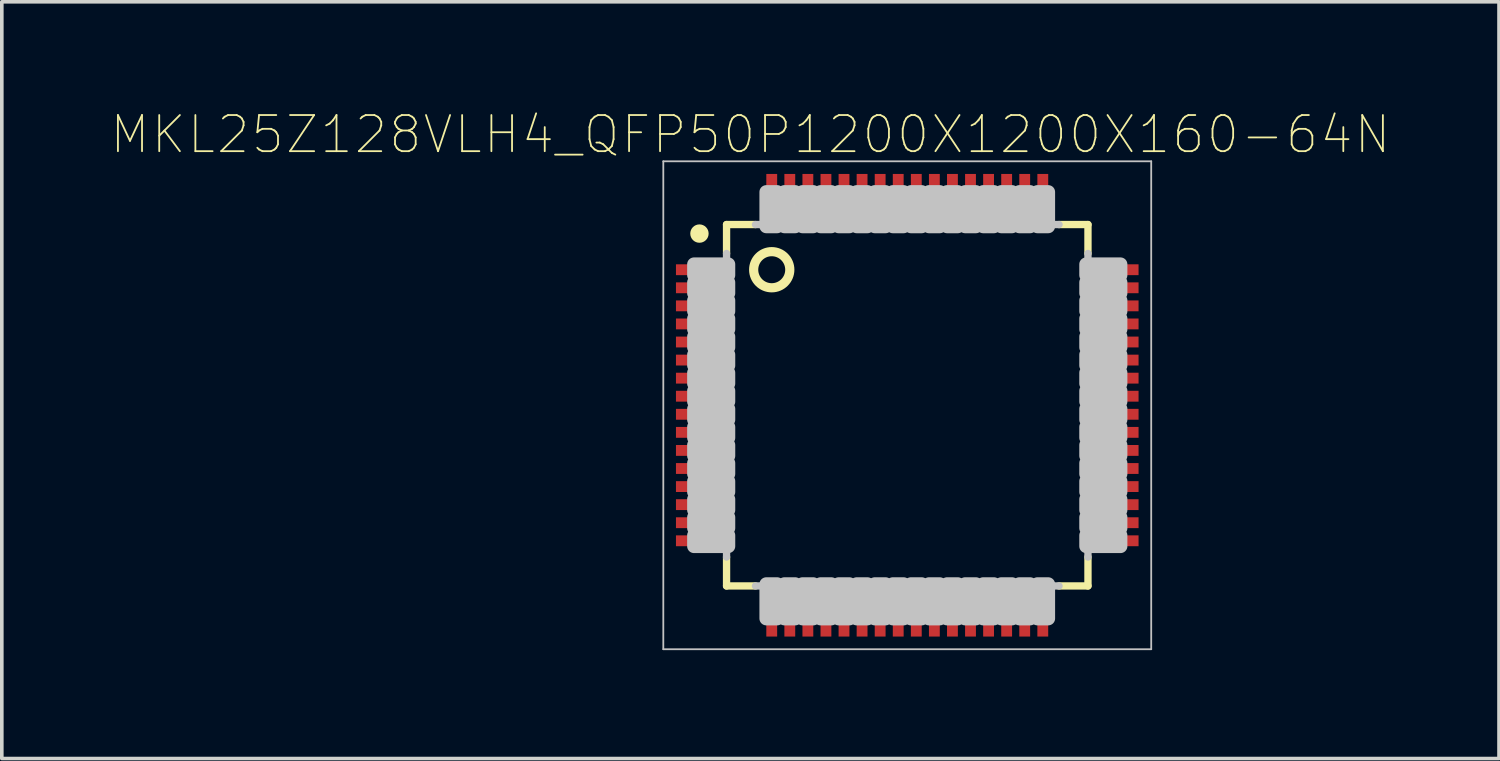
<source format=kicad_pcb>
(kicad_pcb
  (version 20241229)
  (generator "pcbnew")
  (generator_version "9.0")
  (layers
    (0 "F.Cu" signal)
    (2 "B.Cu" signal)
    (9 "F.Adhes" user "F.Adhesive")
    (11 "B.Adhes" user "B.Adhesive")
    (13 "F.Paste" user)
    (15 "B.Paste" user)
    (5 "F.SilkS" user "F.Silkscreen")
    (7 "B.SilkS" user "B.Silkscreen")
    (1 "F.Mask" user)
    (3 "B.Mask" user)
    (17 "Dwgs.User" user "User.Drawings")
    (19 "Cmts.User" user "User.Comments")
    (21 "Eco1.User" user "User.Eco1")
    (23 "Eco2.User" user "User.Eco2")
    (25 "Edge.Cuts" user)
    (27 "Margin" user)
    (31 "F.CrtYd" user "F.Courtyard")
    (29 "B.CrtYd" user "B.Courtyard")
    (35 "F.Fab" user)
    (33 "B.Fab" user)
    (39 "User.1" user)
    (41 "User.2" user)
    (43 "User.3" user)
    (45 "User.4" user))
  (footprint "MKL25Z128VLH4_QFP50P1200X1200X160-64N"
    (layer "F.Cu")
    (at 22.053 8.163)
    (property "Reference" "MKL25Z128VLH4_QFP50P1200X1200X160-64N" (at -4.34 -7.49 0) (layer "F.SilkS") (effects (font (size 1 1) (thickness 0.05))))
    (attr smd)
    (fp_line (start -5 -5) (end -4.2 -5) (stroke (width 0.203) (type solid)) (layer "F.SilkS"))
    (fp_line (start -5 -4.2) (end -5 -5) (stroke (width 0.203) (type solid)) (layer "F.SilkS"))
    (fp_line (start -5 5) (end -5 4.2) (stroke (width 0.203) (type solid)) (layer "F.SilkS"))
    (fp_line (start -4.2 5) (end -5 5) (stroke (width 0.203) (type solid)) (layer "F.SilkS"))
    (fp_line (start 4.2 -5) (end 5 -5) (stroke (width 0.203) (type solid)) (layer "F.SilkS"))
    (fp_line (start 5 -5) (end 5 -4.2) (stroke (width 0.203) (type solid)) (layer "F.SilkS"))
    (fp_line (start 5 4.2) (end 5 5) (stroke (width 0.203) (type solid)) (layer "F.SilkS"))
    (fp_line (start 5 5) (end 4.2 5) (stroke (width 0.203) (type solid)) (layer "F.SilkS"))
    (fp_circle (center -5.75 -4.75) (end -5.496 -4.75) (stroke (width 0) (type solid)) (fill yes) (layer "F.SilkS"))
    (fp_circle (center -3.75 -3.75) (end -3.25 -3.75) (stroke (width 0.254) (type solid)) (fill no) (layer "F.SilkS"))
    (fp_line (start -6.75 -6.75) (end 6.75 -6.75) (stroke (width 0.05) (type solid)) (layer "Dwgs.User"))
    (fp_line (start -6.75 6.75) (end -6.75 -6.75) (stroke (width 0.05) (type solid)) (layer "Dwgs.User"))
    (fp_line (start -5 -4.2) (end -5 4.2) (stroke (width 0.203) (type solid)) (layer "Dwgs.User"))
    (fp_line (start -4.2 5) (end 4.2 5) (stroke (width 0.203) (type solid)) (layer "Dwgs.User"))
    (fp_line (start 4.2 -5) (end -4.2 -5) (stroke (width 0.203) (type solid)) (layer "Dwgs.User"))
    (fp_line (start 5 4.2) (end 5 -4.2) (stroke (width 0.203) (type solid)) (layer "Dwgs.User"))
    (fp_line (start 6.75 -6.75) (end 6.75 6.75) (stroke (width 0.05) (type solid)) (layer "Dwgs.User"))
    (fp_line (start 6.75 6.75) (end -6.75 6.75) (stroke (width 0.05) (type solid)) (layer "Dwgs.User"))
    (fp_poly (pts (xy -4.95 -3.9) (xy -4.95 -3.6) (xy -5.9 -3.6) (xy -5.9 -3.9)) (stroke (width 0.381) (type solid)) (fill no) (layer "Dwgs.User"))
    (fp_poly (pts (xy -4.95 -3.4) (xy -4.95 -3.1) (xy -5.9 -3.1) (xy -5.9 -3.4)) (stroke (width 0.381) (type solid)) (fill no) (layer "Dwgs.User"))
    (fp_poly (pts (xy -4.95 -2.9) (xy -4.95 -2.6) (xy -5.9 -2.6) (xy -5.9 -2.9)) (stroke (width 0.381) (type solid)) (fill no) (layer "Dwgs.User"))
    (fp_poly (pts (xy -4.95 -2.4) (xy -4.95 -2.1) (xy -5.9 -2.1) (xy -5.9 -2.4)) (stroke (width 0.381) (type solid)) (fill no) (layer "Dwgs.User"))
    (fp_poly (pts (xy -4.95 -1.9) (xy -4.95 -1.6) (xy -5.9 -1.6) (xy -5.9 -1.9)) (stroke (width 0.381) (type solid)) (fill no) (layer "Dwgs.User"))
    (fp_poly (pts (xy -4.95 -1.4) (xy -4.95 -1.1) (xy -5.9 -1.1) (xy -5.9 -1.4)) (stroke (width 0.381) (type solid)) (fill no) (layer "Dwgs.User"))
    (fp_poly (pts (xy -4.95 -0.9) (xy -4.95 -0.6) (xy -5.9 -0.6) (xy -5.9 -0.9)) (stroke (width 0.381) (type solid)) (fill no) (layer "Dwgs.User"))
    (fp_poly (pts (xy -4.95 -0.4) (xy -4.95 -0.1) (xy -5.9 -0.1) (xy -5.9 -0.4)) (stroke (width 0.381) (type solid)) (fill no) (layer "Dwgs.User"))
    (fp_poly (pts (xy -4.95 0.1) (xy -4.95 0.4) (xy -5.9 0.4) (xy -5.9 0.1)) (stroke (width 0.381) (type solid)) (fill no) (layer "Dwgs.User"))
    (fp_poly (pts (xy -4.95 0.6) (xy -4.95 0.9) (xy -5.9 0.9) (xy -5.9 0.6)) (stroke (width 0.381) (type solid)) (fill no) (layer "Dwgs.User"))
    (fp_poly (pts (xy -4.95 1.1) (xy -4.95 1.4) (xy -5.9 1.4) (xy -5.9 1.1)) (stroke (width 0.381) (type solid)) (fill no) (layer "Dwgs.User"))
    (fp_poly (pts (xy -4.95 1.6) (xy -4.95 1.9) (xy -5.9 1.9) (xy -5.9 1.6)) (stroke (width 0.381) (type solid)) (fill no) (layer "Dwgs.User"))
    (fp_poly (pts (xy -4.95 2.1) (xy -4.95 2.4) (xy -5.9 2.4) (xy -5.9 2.1)) (stroke (width 0.381) (type solid)) (fill no) (layer "Dwgs.User"))
    (fp_poly (pts (xy -4.95 2.6) (xy -4.95 2.9) (xy -5.9 2.9) (xy -5.9 2.6)) (stroke (width 0.381) (type solid)) (fill no) (layer "Dwgs.User"))
    (fp_poly (pts (xy -4.95 3.1) (xy -4.95 3.4) (xy -5.9 3.4) (xy -5.9 3.1)) (stroke (width 0.381) (type solid)) (fill no) (layer "Dwgs.User"))
    (fp_poly (pts (xy -4.95 3.6) (xy -4.95 3.9) (xy -5.9 3.9) (xy -5.9 3.6)) (stroke (width 0.381) (type solid)) (fill no) (layer "Dwgs.User"))
    (fp_poly (pts (xy -3.6 -5.9) (xy -3.6 -4.95) (xy -3.9 -4.95) (xy -3.9 -5.9)) (stroke (width 0.381) (type solid)) (fill no) (layer "Dwgs.User"))
    (fp_poly (pts (xy -3.6 4.95) (xy -3.6 5.9) (xy -3.9 5.9) (xy -3.9 4.95)) (stroke (width 0.381) (type solid)) (fill no) (layer "Dwgs.User"))
    (fp_poly (pts (xy -3.1 -5.9) (xy -3.1 -4.95) (xy -3.4 -4.95) (xy -3.4 -5.9)) (stroke (width 0.381) (type solid)) (fill no) (layer "Dwgs.User"))
    (fp_poly (pts (xy -3.1 4.95) (xy -3.1 5.9) (xy -3.4 5.9) (xy -3.4 4.95)) (stroke (width 0.381) (type solid)) (fill no) (layer "Dwgs.User"))
    (fp_poly (pts (xy -2.6 -5.9) (xy -2.6 -4.95) (xy -2.9 -4.95) (xy -2.9 -5.9)) (stroke (width 0.381) (type solid)) (fill no) (layer "Dwgs.User"))
    (fp_poly (pts (xy -2.6 4.95) (xy -2.6 5.9) (xy -2.9 5.9) (xy -2.9 4.95)) (stroke (width 0.381) (type solid)) (fill no) (layer "Dwgs.User"))
    (fp_poly (pts (xy -2.1 -5.9) (xy -2.1 -4.95) (xy -2.4 -4.95) (xy -2.4 -5.9)) (stroke (width 0.381) (type solid)) (fill no) (layer "Dwgs.User"))
    (fp_poly (pts (xy -2.1 4.95) (xy -2.1 5.9) (xy -2.4 5.9) (xy -2.4 4.95)) (stroke (width 0.381) (type solid)) (fill no) (layer "Dwgs.User"))
    (fp_poly (pts (xy -1.6 -5.9) (xy -1.6 -4.95) (xy -1.9 -4.95) (xy -1.9 -5.9)) (stroke (width 0.381) (type solid)) (fill no) (layer "Dwgs.User"))
    (fp_poly (pts (xy -1.6 4.95) (xy -1.6 5.9) (xy -1.9 5.9) (xy -1.9 4.95)) (stroke (width 0.381) (type solid)) (fill no) (layer "Dwgs.User"))
    (fp_poly (pts (xy -1.1 -5.9) (xy -1.1 -4.95) (xy -1.4 -4.95) (xy -1.4 -5.9)) (stroke (width 0.381) (type solid)) (fill no) (layer "Dwgs.User"))
    (fp_poly (pts (xy -1.1 4.95) (xy -1.1 5.9) (xy -1.4 5.9) (xy -1.4 4.95)) (stroke (width 0.381) (type solid)) (fill no) (layer "Dwgs.User"))
    (fp_poly (pts (xy -0.6 -5.9) (xy -0.6 -4.95) (xy -0.9 -4.95) (xy -0.9 -5.9)) (stroke (width 0.381) (type solid)) (fill no) (layer "Dwgs.User"))
    (fp_poly (pts (xy -0.6 4.95) (xy -0.6 5.9) (xy -0.9 5.9) (xy -0.9 4.95)) (stroke (width 0.381) (type solid)) (fill no) (layer "Dwgs.User"))
    (fp_poly (pts (xy -0.1 -5.9) (xy -0.1 -4.95) (xy -0.4 -4.95) (xy -0.4 -5.9)) (stroke (width 0.381) (type solid)) (fill no) (layer "Dwgs.User"))
    (fp_poly (pts (xy -0.1 4.95) (xy -0.1 5.9) (xy -0.4 5.9) (xy -0.4 4.95)) (stroke (width 0.381) (type solid)) (fill no) (layer "Dwgs.User"))
    (fp_poly (pts (xy 0.4 -5.9) (xy 0.4 -4.95) (xy 0.1 -4.95) (xy 0.1 -5.9)) (stroke (width 0.381) (type solid)) (fill no) (layer "Dwgs.User"))
    (fp_poly (pts (xy 0.4 4.95) (xy 0.4 5.9) (xy 0.1 5.9) (xy 0.1 4.95)) (stroke (width 0.381) (type solid)) (fill no) (layer "Dwgs.User"))
    (fp_poly (pts (xy 0.9 -5.9) (xy 0.9 -4.95) (xy 0.6 -4.95) (xy 0.6 -5.9)) (stroke (width 0.381) (type solid)) (fill no) (layer "Dwgs.User"))
    (fp_poly (pts (xy 0.9 4.95) (xy 0.9 5.9) (xy 0.6 5.9) (xy 0.6 4.95)) (stroke (width 0.381) (type solid)) (fill no) (layer "Dwgs.User"))
    (fp_poly (pts (xy 1.4 -5.9) (xy 1.4 -4.95) (xy 1.1 -4.95) (xy 1.1 -5.9)) (stroke (width 0.381) (type solid)) (fill no) (layer "Dwgs.User"))
    (fp_poly (pts (xy 1.4 4.95) (xy 1.4 5.9) (xy 1.1 5.9) (xy 1.1 4.95)) (stroke (width 0.381) (type solid)) (fill no) (layer "Dwgs.User"))
    (fp_poly (pts (xy 1.9 -5.9) (xy 1.9 -4.95) (xy 1.6 -4.95) (xy 1.6 -5.9)) (stroke (width 0.381) (type solid)) (fill no) (layer "Dwgs.User"))
    (fp_poly (pts (xy 1.9 4.95) (xy 1.9 5.9) (xy 1.6 5.9) (xy 1.6 4.95)) (stroke (width 0.381) (type solid)) (fill no) (layer "Dwgs.User"))
    (fp_poly (pts (xy 2.4 -5.9) (xy 2.4 -4.95) (xy 2.1 -4.95) (xy 2.1 -5.9)) (stroke (width 0.381) (type solid)) (fill no) (layer "Dwgs.User"))
    (fp_poly (pts (xy 2.4 4.95) (xy 2.4 5.9) (xy 2.1 5.9) (xy 2.1 4.95)) (stroke (width 0.381) (type solid)) (fill no) (layer "Dwgs.User"))
    (fp_poly (pts (xy 2.9 -5.9) (xy 2.9 -4.95) (xy 2.6 -4.95) (xy 2.6 -5.9)) (stroke (width 0.381) (type solid)) (fill no) (layer "Dwgs.User"))
    (fp_poly (pts (xy 2.9 4.95) (xy 2.9 5.9) (xy 2.6 5.9) (xy 2.6 4.95)) (stroke (width 0.381) (type solid)) (fill no) (layer "Dwgs.User"))
    (fp_poly (pts (xy 3.4 -5.9) (xy 3.4 -4.95) (xy 3.1 -4.95) (xy 3.1 -5.9)) (stroke (width 0.381) (type solid)) (fill no) (layer "Dwgs.User"))
    (fp_poly (pts (xy 3.4 4.95) (xy 3.4 5.9) (xy 3.1 5.9) (xy 3.1 4.95)) (stroke (width 0.381) (type solid)) (fill no) (layer "Dwgs.User"))
    (fp_poly (pts (xy 3.9 -5.9) (xy 3.9 -4.95) (xy 3.6 -4.95) (xy 3.6 -5.9)) (stroke (width 0.381) (type solid)) (fill no) (layer "Dwgs.User"))
    (fp_poly (pts (xy 3.9 4.95) (xy 3.9 5.9) (xy 3.6 5.9) (xy 3.6 4.95)) (stroke (width 0.381) (type solid)) (fill no) (layer "Dwgs.User"))
    (fp_poly (pts (xy 5.9 -3.9) (xy 5.9 -3.6) (xy 4.95 -3.6) (xy 4.95 -3.9)) (stroke (width 0.381) (type solid)) (fill no) (layer "Dwgs.User"))
    (fp_poly (pts (xy 5.9 -3.4) (xy 5.9 -3.1) (xy 4.95 -3.1) (xy 4.95 -3.4)) (stroke (width 0.381) (type solid)) (fill no) (layer "Dwgs.User"))
    (fp_poly (pts (xy 5.9 -2.9) (xy 5.9 -2.6) (xy 4.95 -2.6) (xy 4.95 -2.9)) (stroke (width 0.381) (type solid)) (fill no) (layer "Dwgs.User"))
    (fp_poly (pts (xy 5.9 -2.4) (xy 5.9 -2.1) (xy 4.95 -2.1) (xy 4.95 -2.4)) (stroke (width 0.381) (type solid)) (fill no) (layer "Dwgs.User"))
    (fp_poly (pts (xy 5.9 -1.9) (xy 5.9 -1.6) (xy 4.95 -1.6) (xy 4.95 -1.9)) (stroke (width 0.381) (type solid)) (fill no) (layer "Dwgs.User"))
    (fp_poly (pts (xy 5.9 -1.4) (xy 5.9 -1.1) (xy 4.95 -1.1) (xy 4.95 -1.4)) (stroke (width 0.381) (type solid)) (fill no) (layer "Dwgs.User"))
    (fp_poly (pts (xy 5.9 -0.9) (xy 5.9 -0.6) (xy 4.95 -0.6) (xy 4.95 -0.9)) (stroke (width 0.381) (type solid)) (fill no) (layer "Dwgs.User"))
    (fp_poly (pts (xy 5.9 -0.4) (xy 5.9 -0.1) (xy 4.95 -0.1) (xy 4.95 -0.4)) (stroke (width 0.381) (type solid)) (fill no) (layer "Dwgs.User"))
    (fp_poly (pts (xy 5.9 0.1) (xy 5.9 0.4) (xy 4.95 0.4) (xy 4.95 0.1)) (stroke (width 0.381) (type solid)) (fill no) (layer "Dwgs.User"))
    (fp_poly (pts (xy 5.9 0.6) (xy 5.9 0.9) (xy 4.95 0.9) (xy 4.95 0.6)) (stroke (width 0.381) (type solid)) (fill no) (layer "Dwgs.User"))
    (fp_poly (pts (xy 5.9 1.1) (xy 5.9 1.4) (xy 4.95 1.4) (xy 4.95 1.1)) (stroke (width 0.381) (type solid)) (fill no) (layer "Dwgs.User"))
    (fp_poly (pts (xy 5.9 1.6) (xy 5.9 1.9) (xy 4.95 1.9) (xy 4.95 1.6)) (stroke (width 0.381) (type solid)) (fill no) (layer "Dwgs.User"))
    (fp_poly (pts (xy 5.9 2.1) (xy 5.9 2.4) (xy 4.95 2.4) (xy 4.95 2.1)) (stroke (width 0.381) (type solid)) (fill no) (layer "Dwgs.User"))
    (fp_poly (pts (xy 5.9 2.6) (xy 5.9 2.9) (xy 4.95 2.9) (xy 4.95 2.6)) (stroke (width 0.381) (type solid)) (fill no) (layer "Dwgs.User"))
    (fp_poly (pts (xy 5.9 3.1) (xy 5.9 3.4) (xy 4.95 3.4) (xy 4.95 3.1)) (stroke (width 0.381) (type solid)) (fill no) (layer "Dwgs.User"))
    (fp_poly (pts (xy 5.9 3.6) (xy 5.9 3.9) (xy 4.95 3.9) (xy 4.95 3.6)) (stroke (width 0.381) (type solid)) (fill no) (layer "Dwgs.User"))
    (pad "1" smd rect (at -5.6 -3.75 270) (size 0.3 1.6) (layers "F.Cu" "F.Mask" "F.Paste"))
    (pad "2" smd rect (at -5.6 -3.25 270) (size 0.3 1.6) (layers "F.Cu" "F.Mask" "F.Paste"))
    (pad "3" smd rect (at -5.6 -2.75 270) (size 0.3 1.6) (layers "F.Cu" "F.Mask" "F.Paste"))
    (pad "4" smd rect (at -5.6 -2.25 270) (size 0.3 1.6) (layers "F.Cu" "F.Mask" "F.Paste"))
    (pad "5" smd rect (at -5.6 -1.75 270) (size 0.3 1.6) (layers "F.Cu" "F.Mask" "F.Paste"))
    (pad "6" smd rect (at -5.6 -1.25 270) (size 0.3 1.6) (layers "F.Cu" "F.Mask" "F.Paste"))
    (pad "7" smd rect (at -5.6 -0.75 270) (size 0.3 1.6) (layers "F.Cu" "F.Mask" "F.Paste"))
    (pad "8" smd rect (at -5.6 -0.25 270) (size 0.3 1.6) (layers "F.Cu" "F.Mask" "F.Paste"))
    (pad "9" smd rect (at -5.6 0.25 270) (size 0.3 1.6) (layers "F.Cu" "F.Mask" "F.Paste"))
    (pad "10" smd rect (at -5.6 0.75 270) (size 0.3 1.6) (layers "F.Cu" "F.Mask" "F.Paste"))
    (pad "11" smd rect (at -5.6 1.25 270) (size 0.3 1.6) (layers "F.Cu" "F.Mask" "F.Paste"))
    (pad "12" smd rect (at -5.6 1.75 270) (size 0.3 1.6) (layers "F.Cu" "F.Mask" "F.Paste"))
    (pad "13" smd rect (at -5.6 2.25 270) (size 0.3 1.6) (layers "F.Cu" "F.Mask" "F.Paste"))
    (pad "14" smd rect (at -5.6 2.75 270) (size 0.3 1.6) (layers "F.Cu" "F.Mask" "F.Paste"))
    (pad "15" smd rect (at -5.6 3.25 270) (size 0.3 1.6) (layers "F.Cu" "F.Mask" "F.Paste"))
    (pad "16" smd rect (at -5.6 3.75 270) (size 0.3 1.6) (layers "F.Cu" "F.Mask" "F.Paste"))
    (pad "17" smd rect (at -3.75 5.6 270) (size 1.6 0.3) (layers "F.Cu" "F.Mask" "F.Paste"))
    (pad "18" smd rect (at -3.25 5.6 270) (size 1.6 0.3) (layers "F.Cu" "F.Mask" "F.Paste"))
    (pad "19" smd rect (at -2.75 5.6 270) (size 1.6 0.3) (layers "F.Cu" "F.Mask" "F.Paste"))
    (pad "20" smd rect (at -2.25 5.6 270) (size 1.6 0.3) (layers "F.Cu" "F.Mask" "F.Paste"))
    (pad "21" smd rect (at -1.75 5.6 270) (size 1.6 0.3) (layers "F.Cu" "F.Mask" "F.Paste"))
    (pad "22" smd rect (at -1.25 5.6 270) (size 1.6 0.3) (layers "F.Cu" "F.Mask" "F.Paste"))
    (pad "23" smd rect (at -0.75 5.6 270) (size 1.6 0.3) (layers "F.Cu" "F.Mask" "F.Paste"))
    (pad "24" smd rect (at -0.25 5.6 270) (size 1.6 0.3) (layers "F.Cu" "F.Mask" "F.Paste"))
    (pad "25" smd rect (at 0.25 5.6 270) (size 1.6 0.3) (layers "F.Cu" "F.Mask" "F.Paste"))
    (pad "26" smd rect (at 0.75 5.6 270) (size 1.6 0.3) (layers "F.Cu" "F.Mask" "F.Paste"))
    (pad "27" smd rect (at 1.25 5.6 270) (size 1.6 0.3) (layers "F.Cu" "F.Mask" "F.Paste"))
    (pad "28" smd rect (at 1.75 5.6 270) (size 1.6 0.3) (layers "F.Cu" "F.Mask" "F.Paste"))
    (pad "29" smd rect (at 2.25 5.6 270) (size 1.6 0.3) (layers "F.Cu" "F.Mask" "F.Paste"))
    (pad "30" smd rect (at 2.75 5.6 270) (size 1.6 0.3) (layers "F.Cu" "F.Mask" "F.Paste"))
    (pad "31" smd rect (at 3.25 5.6 270) (size 1.6 0.3) (layers "F.Cu" "F.Mask" "F.Paste"))
    (pad "32" smd rect (at 3.75 5.6 270) (size 1.6 0.3) (layers "F.Cu" "F.Mask" "F.Paste"))
    (pad "33" smd rect (at 5.6 3.75 270) (size 0.3 1.6) (layers "F.Cu" "F.Mask" "F.Paste"))
    (pad "34" smd rect (at 5.6 3.25 270) (size 0.3 1.6) (layers "F.Cu" "F.Mask" "F.Paste"))
    (pad "35" smd rect (at 5.6 2.75 270) (size 0.3 1.6) (layers "F.Cu" "F.Mask" "F.Paste"))
    (pad "36" smd rect (at 5.6 2.25 270) (size 0.3 1.6) (layers "F.Cu" "F.Mask" "F.Paste"))
    (pad "37" smd rect (at 5.6 1.75 270) (size 0.3 1.6) (layers "F.Cu" "F.Mask" "F.Paste"))
    (pad "38" smd rect (at 5.6 1.25 270) (size 0.3 1.6) (layers "F.Cu" "F.Mask" "F.Paste"))
    (pad "39" smd rect (at 5.6 0.75 270) (size 0.3 1.6) (layers "F.Cu" "F.Mask" "F.Paste"))
    (pad "40" smd rect (at 5.6 0.25 270) (size 0.3 1.6) (layers "F.Cu" "F.Mask" "F.Paste"))
    (pad "41" smd rect (at 5.6 -0.25 270) (size 0.3 1.6) (layers "F.Cu" "F.Mask" "F.Paste"))
    (pad "42" smd rect (at 5.6 -0.75 270) (size 0.3 1.6) (layers "F.Cu" "F.Mask" "F.Paste"))
    (pad "43" smd rect (at 5.6 -1.25 270) (size 0.3 1.6) (layers "F.Cu" "F.Mask" "F.Paste"))
    (pad "44" smd rect (at 5.6 -1.75 270) (size 0.3 1.6) (layers "F.Cu" "F.Mask" "F.Paste"))
    (pad "45" smd rect (at 5.6 -2.25 270) (size 0.3 1.6) (layers "F.Cu" "F.Mask" "F.Paste"))
    (pad "46" smd rect (at 5.6 -2.75 270) (size 0.3 1.6) (layers "F.Cu" "F.Mask" "F.Paste"))
    (pad "47" smd rect (at 5.6 -3.25 270) (size 0.3 1.6) (layers "F.Cu" "F.Mask" "F.Paste"))
    (pad "48" smd rect (at 5.6 -3.75 270) (size 0.3 1.6) (layers "F.Cu" "F.Mask" "F.Paste"))
    (pad "49" smd rect (at 3.75 -5.6 270) (size 1.6 0.3) (layers "F.Cu" "F.Mask" "F.Paste"))
    (pad "50" smd rect (at 3.25 -5.6 270) (size 1.6 0.3) (layers "F.Cu" "F.Mask" "F.Paste"))
    (pad "51" smd rect (at 2.75 -5.6 270) (size 1.6 0.3) (layers "F.Cu" "F.Mask" "F.Paste"))
    (pad "52" smd rect (at 2.25 -5.6 270) (size 1.6 0.3) (layers "F.Cu" "F.Mask" "F.Paste"))
    (pad "53" smd rect (at 1.75 -5.6 270) (size 1.6 0.3) (layers "F.Cu" "F.Mask" "F.Paste"))
    (pad "54" smd rect (at 1.25 -5.6 270) (size 1.6 0.3) (layers "F.Cu" "F.Mask" "F.Paste"))
    (pad "55" smd rect (at 0.75 -5.6 270) (size 1.6 0.3) (layers "F.Cu" "F.Mask" "F.Paste"))
    (pad "56" smd rect (at 0.25 -5.6 270) (size 1.6 0.3) (layers "F.Cu" "F.Mask" "F.Paste"))
    (pad "57" smd rect (at -0.25 -5.6 270) (size 1.6 0.3) (layers "F.Cu" "F.Mask" "F.Paste"))
    (pad "58" smd rect (at -0.75 -5.6 270) (size 1.6 0.3) (layers "F.Cu" "F.Mask" "F.Paste"))
    (pad "59" smd rect (at -1.25 -5.6 270) (size 1.6 0.3) (layers "F.Cu" "F.Mask" "F.Paste"))
    (pad "60" smd rect (at -1.75 -5.6 270) (size 1.6 0.3) (layers "F.Cu" "F.Mask" "F.Paste"))
    (pad "61" smd rect (at -2.25 -5.6 270) (size 1.6 0.3) (layers "F.Cu" "F.Mask" "F.Paste"))
    (pad "62" smd rect (at -2.75 -5.6 270) (size 1.6 0.3) (layers "F.Cu" "F.Mask" "F.Paste"))
    (pad "63" smd rect (at -3.25 -5.6 270) (size 1.6 0.3) (layers "F.Cu" "F.Mask" "F.Paste"))
    (pad "64" smd rect (at -3.75 -5.6 270) (size 1.6 0.3) (layers "F.Cu" "F.Mask" "F.Paste")))
  (gr_rect
    (start -3 -3)
    (end 38.426 17.938)
    (stroke (width 0.1) (type default))
    (fill no)
    (layer "Edge.Cuts")))
</source>
